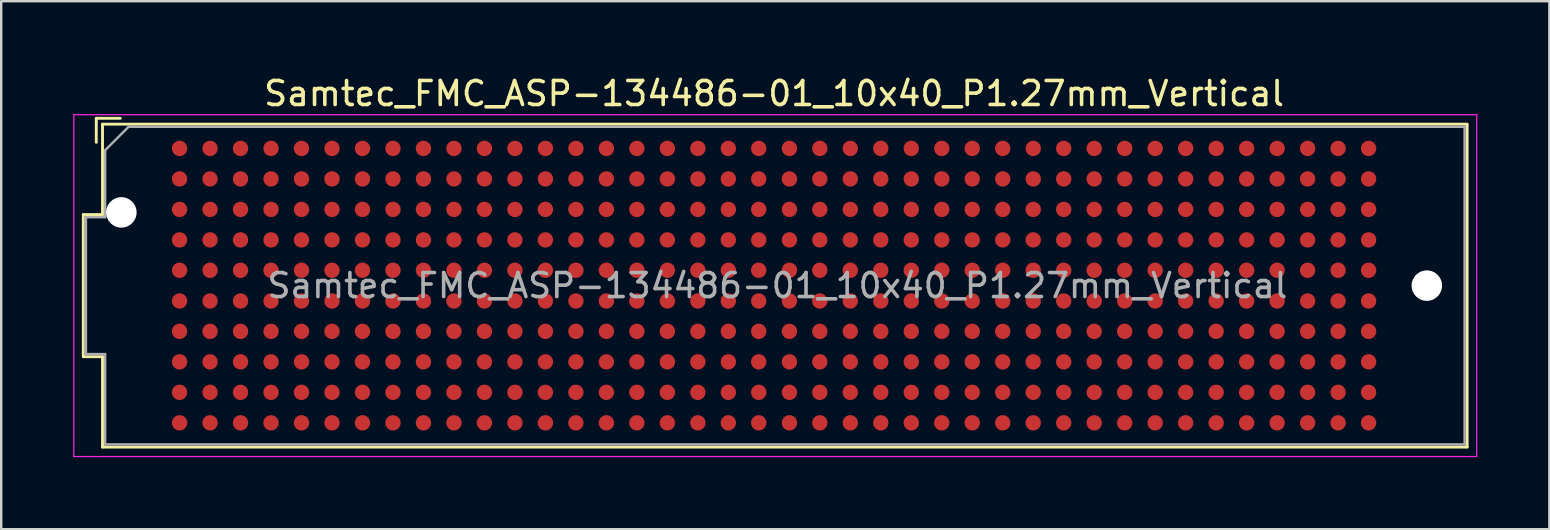
<source format=kicad_pcb>
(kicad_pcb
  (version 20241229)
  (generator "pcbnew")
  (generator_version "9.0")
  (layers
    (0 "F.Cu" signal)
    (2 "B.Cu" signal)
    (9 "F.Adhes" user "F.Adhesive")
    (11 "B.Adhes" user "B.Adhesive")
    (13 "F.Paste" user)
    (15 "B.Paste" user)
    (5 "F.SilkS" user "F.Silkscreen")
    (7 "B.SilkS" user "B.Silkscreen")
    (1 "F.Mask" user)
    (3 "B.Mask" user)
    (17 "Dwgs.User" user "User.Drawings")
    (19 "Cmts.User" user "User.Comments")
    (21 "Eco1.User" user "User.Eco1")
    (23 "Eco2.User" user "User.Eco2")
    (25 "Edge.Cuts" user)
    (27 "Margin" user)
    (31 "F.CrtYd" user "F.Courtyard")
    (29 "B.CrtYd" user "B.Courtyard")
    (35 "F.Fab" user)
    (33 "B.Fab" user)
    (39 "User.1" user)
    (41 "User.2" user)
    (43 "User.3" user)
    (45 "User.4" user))
  (footprint "Samtec_FMC_ASP-134486-01_10x40_P1.27mm_Vertical"
    (layer "F.Cu")
    (at 29.195 8.848)
    (property "Reference" "Samtec_FMC_ASP-134486-01_10x40_P1.27mm_Vertical" (at 0 -8 0) (layer "F.SilkS") (effects (font (size 1 1) (thickness 0.15))))
    (attr smd)
    (fp_line (start -28.775 -2.96) (end -27.975 -2.96) (stroke (width 0.12) (type solid)) (layer "F.SilkS"))
    (fp_line (start -28.775 2.96) (end -28.775 -2.96) (stroke (width 0.12) (type solid)) (layer "F.SilkS"))
    (fp_line (start -28.235 -6.97) (end -28.235 -5.97) (stroke (width 0.12) (type solid)) (layer "F.SilkS"))
    (fp_line (start -27.975 -6.725) (end 28.865 -6.725) (stroke (width 0.12) (type solid)) (layer "F.SilkS"))
    (fp_line (start -27.975 -2.96) (end -27.975 -6.725) (stroke (width 0.12) (type solid)) (layer "F.SilkS"))
    (fp_line (start -27.975 2.96) (end -28.775 2.96) (stroke (width 0.12) (type solid)) (layer "F.SilkS"))
    (fp_line (start -27.975 6.725) (end -27.975 2.96) (stroke (width 0.12) (type solid)) (layer "F.SilkS"))
    (fp_line (start -27.235 -6.97) (end -28.235 -6.97) (stroke (width 0.12) (type solid)) (layer "F.SilkS"))
    (fp_line (start 28.87 -6.72) (end 28.87 6.72) (stroke (width 0.12) (type solid)) (layer "F.SilkS"))
    (fp_line (start 28.87 6.725) (end -27.975 6.725) (stroke (width 0.12) (type solid)) (layer "F.SilkS"))
    (fp_line (start -29.17 -7.12) (end -29.17 7.12) (stroke (width 0.05) (type solid)) (layer "F.CrtYd"))
    (fp_line (start -29.17 -7.12) (end 29.27 -7.12) (stroke (width 0.05) (type solid)) (layer "F.CrtYd"))
    (fp_line (start -29.17 7.12) (end 29.27 7.12) (stroke (width 0.05) (type solid)) (layer "F.CrtYd"))
    (fp_line (start 29.27 -7.12) (end 29.27 7.12) (stroke (width 0.05) (type solid)) (layer "F.CrtYd"))
    (fp_line (start -28.665 -2.85) (end -28.665 2.85) (stroke (width 0.1) (type solid)) (layer "F.Fab"))
    (fp_line (start -27.865 -2.85) (end -28.665 -2.85) (stroke (width 0.1) (type solid)) (layer "F.Fab"))
    (fp_line (start -27.865 -2.85) (end -27.865 -5.63) (stroke (width 0.1) (type solid)) (layer "F.Fab"))
    (fp_line (start -27.865 2.85) (end -28.665 2.85) (stroke (width 0.1) (type solid)) (layer "F.Fab"))
    (fp_line (start -27.865 2.85) (end -27.865 6.615) (stroke (width 0.1) (type solid)) (layer "F.Fab"))
    (fp_line (start -26.885 -6.62) (end -27.865 -5.64) (stroke (width 0.1) (type solid)) (layer "F.Fab"))
    (fp_line (start 28.765 -6.615) (end -26.885 -6.615) (stroke (width 0.1) (type solid)) (layer "F.Fab"))
    (fp_line (start 28.765 -6.615) (end 28.765 6.615) (stroke (width 0.1) (type solid)) (layer "F.Fab"))
    (fp_line (start 28.765 6.615) (end -27.865 6.615) (stroke (width 0.1) (type solid)) (layer "F.Fab"))
    (fp_text user "${REFERENCE}" (at 0.14 0 0) (layer "F.Fab") (effects (font (size 1 1) (thickness 0.15))))
    (pad "" np_thru_hole circle (at -27.19 -3.05) (size 1.27 1.27) (drill 1.27) (layers "*.Cu" "*.Mask"))
    (pad "" np_thru_hole circle (at 27.191 0) (size 1.27 1.27) (drill 1.27) (layers "*.Cu" "*.Mask"))
    (pad "A1" smd circle (at -24.765 -5.715) (size 0.64 0.64) (layers "F.Cu" "F.Mask" "F.Paste"))
    (pad "A2" smd circle (at -23.495 -5.715) (size 0.64 0.64) (layers "F.Cu" "F.Mask" "F.Paste"))
    (pad "A3" smd circle (at -22.225 -5.715) (size 0.64 0.64) (layers "F.Cu" "F.Mask" "F.Paste"))
    (pad "A4" smd circle (at -20.955 -5.715) (size 0.64 0.64) (layers "F.Cu" "F.Mask" "F.Paste"))
    (pad "A5" smd circle (at -19.685 -5.715) (size 0.64 0.64) (layers "F.Cu" "F.Mask" "F.Paste"))
    (pad "A6" smd circle (at -18.415 -5.715) (size 0.64 0.64) (layers "F.Cu" "F.Mask" "F.Paste"))
    (pad "A7" smd circle (at -17.145 -5.715) (size 0.64 0.64) (layers "F.Cu" "F.Mask" "F.Paste"))
    (pad "A8" smd circle (at -15.875 -5.715) (size 0.64 0.64) (layers "F.Cu" "F.Mask" "F.Paste"))
    (pad "A9" smd circle (at -14.605 -5.715) (size 0.64 0.64) (layers "F.Cu" "F.Mask" "F.Paste"))
    (pad "A10" smd circle (at -13.335 -5.715) (size 0.64 0.64) (layers "F.Cu" "F.Mask" "F.Paste"))
    (pad "A11" smd circle (at -12.065 -5.715) (size 0.64 0.64) (layers "F.Cu" "F.Mask" "F.Paste"))
    (pad "A12" smd circle (at -10.795 -5.715) (size 0.64 0.64) (layers "F.Cu" "F.Mask" "F.Paste"))
    (pad "A13" smd circle (at -9.525 -5.715) (size 0.64 0.64) (layers "F.Cu" "F.Mask" "F.Paste"))
    (pad "A14" smd circle (at -8.255 -5.715) (size 0.64 0.64) (layers "F.Cu" "F.Mask" "F.Paste"))
    (pad "A15" smd circle (at -6.985 -5.715) (size 0.64 0.64) (layers "F.Cu" "F.Mask" "F.Paste"))
    (pad "A16" smd circle (at -5.715 -5.715) (size 0.64 0.64) (layers "F.Cu" "F.Mask" "F.Paste"))
    (pad "A17" smd circle (at -4.445 -5.715) (size 0.64 0.64) (layers "F.Cu" "F.Mask" "F.Paste"))
    (pad "A18" smd circle (at -3.175 -5.715) (size 0.64 0.64) (layers "F.Cu" "F.Mask" "F.Paste"))
    (pad "A19" smd circle (at -1.905 -5.715) (size 0.64 0.64) (layers "F.Cu" "F.Mask" "F.Paste"))
    (pad "A20" smd circle (at -0.64 -5.715) (size 0.64 0.64) (layers "F.Cu" "F.Mask" "F.Paste"))
    (pad "A21" smd circle (at 0.64 -5.715) (size 0.64 0.64) (layers "F.Cu" "F.Mask" "F.Paste"))
    (pad "A22" smd circle (at 1.905 -5.715) (size 0.64 0.64) (layers "F.Cu" "F.Mask" "F.Paste"))
    (pad "A23" smd circle (at 3.175 -5.715) (size 0.64 0.64) (layers "F.Cu" "F.Mask" "F.Paste"))
    (pad "A24" smd circle (at 4.445 -5.715) (size 0.64 0.64) (layers "F.Cu" "F.Mask" "F.Paste"))
    (pad "A25" smd circle (at 5.715 -5.715) (size 0.64 0.64) (layers "F.Cu" "F.Mask" "F.Paste"))
    (pad "A26" smd circle (at 6.985 -5.715) (size 0.64 0.64) (layers "F.Cu" "F.Mask" "F.Paste"))
    (pad "A27" smd circle (at 8.255 -5.715) (size 0.64 0.64) (layers "F.Cu" "F.Mask" "F.Paste"))
    (pad "A28" smd circle (at 9.525 -5.715) (size 0.64 0.64) (layers "F.Cu" "F.Mask" "F.Paste"))
    (pad "A29" smd circle (at 10.795 -5.715) (size 0.64 0.64) (layers "F.Cu" "F.Mask" "F.Paste"))
    (pad "A30" smd circle (at 12.065 -5.715) (size 0.64 0.64) (layers "F.Cu" "F.Mask" "F.Paste"))
    (pad "A31" smd circle (at 13.335 -5.715) (size 0.64 0.64) (layers "F.Cu" "F.Mask" "F.Paste"))
    (pad "A32" smd circle (at 14.605 -5.715) (size 0.64 0.64) (layers "F.Cu" "F.Mask" "F.Paste"))
    (pad "A33" smd circle (at 15.875 -5.715) (size 0.64 0.64) (layers "F.Cu" "F.Mask" "F.Paste"))
    (pad "A34" smd circle (at 17.145 -5.715) (size 0.64 0.64) (layers "F.Cu" "F.Mask" "F.Paste"))
    (pad "A35" smd circle (at 18.415 -5.715) (size 0.64 0.64) (layers "F.Cu" "F.Mask" "F.Paste"))
    (pad "A36" smd circle (at 19.685 -5.715) (size 0.64 0.64) (layers "F.Cu" "F.Mask" "F.Paste"))
    (pad "A37" smd circle (at 20.955 -5.715) (size 0.64 0.64) (layers "F.Cu" "F.Mask" "F.Paste"))
    (pad "A38" smd circle (at 22.225 -5.715) (size 0.64 0.64) (layers "F.Cu" "F.Mask" "F.Paste"))
    (pad "A39" smd circle (at 23.495 -5.715) (size 0.64 0.64) (layers "F.Cu" "F.Mask" "F.Paste"))
    (pad "A40" smd circle (at 24.765 -5.715) (size 0.64 0.64) (layers "F.Cu" "F.Mask" "F.Paste"))
    (pad "B1" smd circle (at -24.765 -4.445) (size 0.64 0.64) (layers "F.Cu" "F.Mask" "F.Paste"))
    (pad "B2" smd circle (at -23.495 -4.445) (size 0.64 0.64) (layers "F.Cu" "F.Mask" "F.Paste"))
    (pad "B3" smd circle (at -22.225 -4.445) (size 0.64 0.64) (layers "F.Cu" "F.Mask" "F.Paste"))
    (pad "B4" smd circle (at -20.955 -4.445) (size 0.64 0.64) (layers "F.Cu" "F.Mask" "F.Paste"))
    (pad "B5" smd circle (at -19.685 -4.445) (size 0.64 0.64) (layers "F.Cu" "F.Mask" "F.Paste"))
    (pad "B6" smd circle (at -18.415 -4.445) (size 0.64 0.64) (layers "F.Cu" "F.Mask" "F.Paste"))
    (pad "B7" smd circle (at -17.145 -4.445) (size 0.64 0.64) (layers "F.Cu" "F.Mask" "F.Paste"))
    (pad "B8" smd circle (at -15.875 -4.445) (size 0.64 0.64) (layers "F.Cu" "F.Mask" "F.Paste"))
    (pad "B9" smd circle (at -14.605 -4.445) (size 0.64 0.64) (layers "F.Cu" "F.Mask" "F.Paste"))
    (pad "B10" smd circle (at -13.335 -4.445) (size 0.64 0.64) (layers "F.Cu" "F.Mask" "F.Paste"))
    (pad "B11" smd circle (at -12.065 -4.445) (size 0.64 0.64) (layers "F.Cu" "F.Mask" "F.Paste"))
    (pad "B12" smd circle (at -10.795 -4.445) (size 0.64 0.64) (layers "F.Cu" "F.Mask" "F.Paste"))
    (pad "B13" smd circle (at -9.525 -4.445) (size 0.64 0.64) (layers "F.Cu" "F.Mask" "F.Paste"))
    (pad "B14" smd circle (at -8.255 -4.445) (size 0.64 0.64) (layers "F.Cu" "F.Mask" "F.Paste"))
    (pad "B15" smd circle (at -6.985 -4.445) (size 0.64 0.64) (layers "F.Cu" "F.Mask" "F.Paste"))
    (pad "B16" smd circle (at -5.715 -4.445) (size 0.64 0.64) (layers "F.Cu" "F.Mask" "F.Paste"))
    (pad "B17" smd circle (at -4.445 -4.445) (size 0.64 0.64) (layers "F.Cu" "F.Mask" "F.Paste"))
    (pad "B18" smd circle (at -3.175 -4.445) (size 0.64 0.64) (layers "F.Cu" "F.Mask" "F.Paste"))
    (pad "B19" smd circle (at -1.905 -4.445) (size 0.64 0.64) (layers "F.Cu" "F.Mask" "F.Paste"))
    (pad "B20" smd circle (at -0.64 -4.445) (size 0.64 0.64) (layers "F.Cu" "F.Mask" "F.Paste"))
    (pad "B21" smd circle (at 0.64 -4.445) (size 0.64 0.64) (layers "F.Cu" "F.Mask" "F.Paste"))
    (pad "B22" smd circle (at 1.905 -4.445) (size 0.64 0.64) (layers "F.Cu" "F.Mask" "F.Paste"))
    (pad "B23" smd circle (at 3.175 -4.445) (size 0.64 0.64) (layers "F.Cu" "F.Mask" "F.Paste"))
    (pad "B24" smd circle (at 4.445 -4.445) (size 0.64 0.64) (layers "F.Cu" "F.Mask" "F.Paste"))
    (pad "B25" smd circle (at 5.715 -4.445) (size 0.64 0.64) (layers "F.Cu" "F.Mask" "F.Paste"))
    (pad "B26" smd circle (at 6.985 -4.445) (size 0.64 0.64) (layers "F.Cu" "F.Mask" "F.Paste"))
    (pad "B27" smd circle (at 8.255 -4.445) (size 0.64 0.64) (layers "F.Cu" "F.Mask" "F.Paste"))
    (pad "B28" smd circle (at 9.525 -4.445) (size 0.64 0.64) (layers "F.Cu" "F.Mask" "F.Paste"))
    (pad "B29" smd circle (at 10.795 -4.445) (size 0.64 0.64) (layers "F.Cu" "F.Mask" "F.Paste"))
    (pad "B30" smd circle (at 12.065 -4.445) (size 0.64 0.64) (layers "F.Cu" "F.Mask" "F.Paste"))
    (pad "B31" smd circle (at 13.335 -4.445) (size 0.64 0.64) (layers "F.Cu" "F.Mask" "F.Paste"))
    (pad "B32" smd circle (at 14.605 -4.445) (size 0.64 0.64) (layers "F.Cu" "F.Mask" "F.Paste"))
    (pad "B33" smd circle (at 15.875 -4.445) (size 0.64 0.64) (layers "F.Cu" "F.Mask" "F.Paste"))
    (pad "B34" smd circle (at 17.145 -4.445) (size 0.64 0.64) (layers "F.Cu" "F.Mask" "F.Paste"))
    (pad "B35" smd circle (at 18.415 -4.445) (size 0.64 0.64) (layers "F.Cu" "F.Mask" "F.Paste"))
    (pad "B36" smd circle (at 19.685 -4.445) (size 0.64 0.64) (layers "F.Cu" "F.Mask" "F.Paste"))
    (pad "B37" smd circle (at 20.955 -4.445) (size 0.64 0.64) (layers "F.Cu" "F.Mask" "F.Paste"))
    (pad "B38" smd circle (at 22.225 -4.445) (size 0.64 0.64) (layers "F.Cu" "F.Mask" "F.Paste"))
    (pad "B39" smd circle (at 23.495 -4.445) (size 0.64 0.64) (layers "F.Cu" "F.Mask" "F.Paste"))
    (pad "B40" smd circle (at 24.765 -4.445) (size 0.64 0.64) (layers "F.Cu" "F.Mask" "F.Paste"))
    (pad "C1" smd circle (at -24.765 -3.175) (size 0.64 0.64) (layers "F.Cu" "F.Mask" "F.Paste"))
    (pad "C2" smd circle (at -23.495 -3.175) (size 0.64 0.64) (layers "F.Cu" "F.Mask" "F.Paste"))
    (pad "C3" smd circle (at -22.225 -3.175) (size 0.64 0.64) (layers "F.Cu" "F.Mask" "F.Paste"))
    (pad "C4" smd circle (at -20.955 -3.175) (size 0.64 0.64) (layers "F.Cu" "F.Mask" "F.Paste"))
    (pad "C5" smd circle (at -19.685 -3.175) (size 0.64 0.64) (layers "F.Cu" "F.Mask" "F.Paste"))
    (pad "C6" smd circle (at -18.415 -3.175) (size 0.64 0.64) (layers "F.Cu" "F.Mask" "F.Paste"))
    (pad "C7" smd circle (at -17.145 -3.175) (size 0.64 0.64) (layers "F.Cu" "F.Mask" "F.Paste"))
    (pad "C8" smd circle (at -15.875 -3.175) (size 0.64 0.64) (layers "F.Cu" "F.Mask" "F.Paste"))
    (pad "C9" smd circle (at -14.605 -3.175) (size 0.64 0.64) (layers "F.Cu" "F.Mask" "F.Paste"))
    (pad "C10" smd circle (at -13.335 -3.175) (size 0.64 0.64) (layers "F.Cu" "F.Mask" "F.Paste"))
    (pad "C11" smd circle (at -12.065 -3.175) (size 0.64 0.64) (layers "F.Cu" "F.Mask" "F.Paste"))
    (pad "C12" smd circle (at -10.795 -3.175) (size 0.64 0.64) (layers "F.Cu" "F.Mask" "F.Paste"))
    (pad "C13" smd circle (at -9.525 -3.175) (size 0.64 0.64) (layers "F.Cu" "F.Mask" "F.Paste"))
    (pad "C14" smd circle (at -8.255 -3.175) (size 0.64 0.64) (layers "F.Cu" "F.Mask" "F.Paste"))
    (pad "C15" smd circle (at -6.985 -3.175) (size 0.64 0.64) (layers "F.Cu" "F.Mask" "F.Paste"))
    (pad "C16" smd circle (at -5.715 -3.175) (size 0.64 0.64) (layers "F.Cu" "F.Mask" "F.Paste"))
    (pad "C17" smd circle (at -4.445 -3.175) (size 0.64 0.64) (layers "F.Cu" "F.Mask" "F.Paste"))
    (pad "C18" smd circle (at -3.175 -3.175) (size 0.64 0.64) (layers "F.Cu" "F.Mask" "F.Paste"))
    (pad "C19" smd circle (at -1.905 -3.175) (size 0.64 0.64) (layers "F.Cu" "F.Mask" "F.Paste"))
    (pad "C20" smd circle (at -0.64 -3.175) (size 0.64 0.64) (layers "F.Cu" "F.Mask" "F.Paste"))
    (pad "C21" smd circle (at 0.64 -3.175) (size 0.64 0.64) (layers "F.Cu" "F.Mask" "F.Paste"))
    (pad "C22" smd circle (at 1.905 -3.175) (size 0.64 0.64) (layers "F.Cu" "F.Mask" "F.Paste"))
    (pad "C23" smd circle (at 3.175 -3.175) (size 0.64 0.64) (layers "F.Cu" "F.Mask" "F.Paste"))
    (pad "C24" smd circle (at 4.445 -3.175) (size 0.64 0.64) (layers "F.Cu" "F.Mask" "F.Paste"))
    (pad "C25" smd circle (at 5.715 -3.175) (size 0.64 0.64) (layers "F.Cu" "F.Mask" "F.Paste"))
    (pad "C26" smd circle (at 6.985 -3.175) (size 0.64 0.64) (layers "F.Cu" "F.Mask" "F.Paste"))
    (pad "C27" smd circle (at 8.255 -3.175) (size 0.64 0.64) (layers "F.Cu" "F.Mask" "F.Paste"))
    (pad "C28" smd circle (at 9.525 -3.175) (size 0.64 0.64) (layers "F.Cu" "F.Mask" "F.Paste"))
    (pad "C29" smd circle (at 10.795 -3.175) (size 0.64 0.64) (layers "F.Cu" "F.Mask" "F.Paste"))
    (pad "C30" smd circle (at 12.065 -3.175) (size 0.64 0.64) (layers "F.Cu" "F.Mask" "F.Paste"))
    (pad "C31" smd circle (at 13.335 -3.175) (size 0.64 0.64) (layers "F.Cu" "F.Mask" "F.Paste"))
    (pad "C32" smd circle (at 14.605 -3.175) (size 0.64 0.64) (layers "F.Cu" "F.Mask" "F.Paste"))
    (pad "C33" smd circle (at 15.875 -3.175) (size 0.64 0.64) (layers "F.Cu" "F.Mask" "F.Paste"))
    (pad "C34" smd circle (at 17.145 -3.175) (size 0.64 0.64) (layers "F.Cu" "F.Mask" "F.Paste"))
    (pad "C35" smd circle (at 18.415 -3.175) (size 0.64 0.64) (layers "F.Cu" "F.Mask" "F.Paste"))
    (pad "C36" smd circle (at 19.685 -3.175) (size 0.64 0.64) (layers "F.Cu" "F.Mask" "F.Paste"))
    (pad "C37" smd circle (at 20.955 -3.175) (size 0.64 0.64) (layers "F.Cu" "F.Mask" "F.Paste"))
    (pad "C38" smd circle (at 22.225 -3.175) (size 0.64 0.64) (layers "F.Cu" "F.Mask" "F.Paste"))
    (pad "C39" smd circle (at 23.495 -3.175) (size 0.64 0.64) (layers "F.Cu" "F.Mask" "F.Paste"))
    (pad "C40" smd circle (at 24.765 -3.175) (size 0.64 0.64) (layers "F.Cu" "F.Mask" "F.Paste"))
    (pad "D1" smd circle (at -24.765 -1.905) (size 0.64 0.64) (layers "F.Cu" "F.Mask" "F.Paste"))
    (pad "D2" smd circle (at -23.495 -1.905) (size 0.64 0.64) (layers "F.Cu" "F.Mask" "F.Paste"))
    (pad "D3" smd circle (at -22.225 -1.905) (size 0.64 0.64) (layers "F.Cu" "F.Mask" "F.Paste"))
    (pad "D4" smd circle (at -20.955 -1.905) (size 0.64 0.64) (layers "F.Cu" "F.Mask" "F.Paste"))
    (pad "D5" smd circle (at -19.685 -1.905) (size 0.64 0.64) (layers "F.Cu" "F.Mask" "F.Paste"))
    (pad "D6" smd circle (at -18.415 -1.905) (size 0.64 0.64) (layers "F.Cu" "F.Mask" "F.Paste"))
    (pad "D7" smd circle (at -17.145 -1.905) (size 0.64 0.64) (layers "F.Cu" "F.Mask" "F.Paste"))
    (pad "D8" smd circle (at -15.875 -1.905) (size 0.64 0.64) (layers "F.Cu" "F.Mask" "F.Paste"))
    (pad "D9" smd circle (at -14.605 -1.905) (size 0.64 0.64) (layers "F.Cu" "F.Mask" "F.Paste"))
    (pad "D10" smd circle (at -13.335 -1.905) (size 0.64 0.64) (layers "F.Cu" "F.Mask" "F.Paste"))
    (pad "D11" smd circle (at -12.065 -1.905) (size 0.64 0.64) (layers "F.Cu" "F.Mask" "F.Paste"))
    (pad "D12" smd circle (at -10.795 -1.905) (size 0.64 0.64) (layers "F.Cu" "F.Mask" "F.Paste"))
    (pad "D13" smd circle (at -9.525 -1.905) (size 0.64 0.64) (layers "F.Cu" "F.Mask" "F.Paste"))
    (pad "D14" smd circle (at -8.255 -1.905) (size 0.64 0.64) (layers "F.Cu" "F.Mask" "F.Paste"))
    (pad "D15" smd circle (at -6.985 -1.905) (size 0.64 0.64) (layers "F.Cu" "F.Mask" "F.Paste"))
    (pad "D16" smd circle (at -5.715 -1.905) (size 0.64 0.64) (layers "F.Cu" "F.Mask" "F.Paste"))
    (pad "D17" smd circle (at -4.445 -1.905) (size 0.64 0.64) (layers "F.Cu" "F.Mask" "F.Paste"))
    (pad "D18" smd circle (at -3.175 -1.905) (size 0.64 0.64) (layers "F.Cu" "F.Mask" "F.Paste"))
    (pad "D19" smd circle (at -1.905 -1.905) (size 0.64 0.64) (layers "F.Cu" "F.Mask" "F.Paste"))
    (pad "D20" smd circle (at -0.64 -1.905) (size 0.64 0.64) (layers "F.Cu" "F.Mask" "F.Paste"))
    (pad "D21" smd circle (at 0.64 -1.905) (size 0.64 0.64) (layers "F.Cu" "F.Mask" "F.Paste"))
    (pad "D22" smd circle (at 1.905 -1.905) (size 0.64 0.64) (layers "F.Cu" "F.Mask" "F.Paste"))
    (pad "D23" smd circle (at 3.175 -1.905) (size 0.64 0.64) (layers "F.Cu" "F.Mask" "F.Paste"))
    (pad "D24" smd circle (at 4.445 -1.905) (size 0.64 0.64) (layers "F.Cu" "F.Mask" "F.Paste"))
    (pad "D25" smd circle (at 5.715 -1.905) (size 0.64 0.64) (layers "F.Cu" "F.Mask" "F.Paste"))
    (pad "D26" smd circle (at 6.985 -1.905) (size 0.64 0.64) (layers "F.Cu" "F.Mask" "F.Paste"))
    (pad "D27" smd circle (at 8.255 -1.905) (size 0.64 0.64) (layers "F.Cu" "F.Mask" "F.Paste"))
    (pad "D28" smd circle (at 9.525 -1.905) (size 0.64 0.64) (layers "F.Cu" "F.Mask" "F.Paste"))
    (pad "D29" smd circle (at 10.795 -1.905) (size 0.64 0.64) (layers "F.Cu" "F.Mask" "F.Paste"))
    (pad "D30" smd circle (at 12.065 -1.905) (size 0.64 0.64) (layers "F.Cu" "F.Mask" "F.Paste"))
    (pad "D31" smd circle (at 13.335 -1.905) (size 0.64 0.64) (layers "F.Cu" "F.Mask" "F.Paste"))
    (pad "D32" smd circle (at 14.605 -1.905) (size 0.64 0.64) (layers "F.Cu" "F.Mask" "F.Paste"))
    (pad "D33" smd circle (at 15.875 -1.905) (size 0.64 0.64) (layers "F.Cu" "F.Mask" "F.Paste"))
    (pad "D34" smd circle (at 17.145 -1.905) (size 0.64 0.64) (layers "F.Cu" "F.Mask" "F.Paste"))
    (pad "D35" smd circle (at 18.415 -1.905) (size 0.64 0.64) (layers "F.Cu" "F.Mask" "F.Paste"))
    (pad "D36" smd circle (at 19.685 -1.905) (size 0.64 0.64) (layers "F.Cu" "F.Mask" "F.Paste"))
    (pad "D37" smd circle (at 20.955 -1.905) (size 0.64 0.64) (layers "F.Cu" "F.Mask" "F.Paste"))
    (pad "D38" smd circle (at 22.225 -1.905) (size 0.64 0.64) (layers "F.Cu" "F.Mask" "F.Paste"))
    (pad "D39" smd circle (at 23.495 -1.905) (size 0.64 0.64) (layers "F.Cu" "F.Mask" "F.Paste"))
    (pad "D40" smd circle (at 24.765 -1.905) (size 0.64 0.64) (layers "F.Cu" "F.Mask" "F.Paste"))
    (pad "E1" smd circle (at -24.765 -0.64) (size 0.64 0.64) (layers "F.Cu" "F.Mask" "F.Paste"))
    (pad "E2" smd circle (at -23.495 -0.64) (size 0.64 0.64) (layers "F.Cu" "F.Mask" "F.Paste"))
    (pad "E3" smd circle (at -22.225 -0.64) (size 0.64 0.64) (layers "F.Cu" "F.Mask" "F.Paste"))
    (pad "E4" smd circle (at -20.955 -0.64) (size 0.64 0.64) (layers "F.Cu" "F.Mask" "F.Paste"))
    (pad "E5" smd circle (at -19.685 -0.64) (size 0.64 0.64) (layers "F.Cu" "F.Mask" "F.Paste"))
    (pad "E6" smd circle (at -18.415 -0.64) (size 0.64 0.64) (layers "F.Cu" "F.Mask" "F.Paste"))
    (pad "E7" smd circle (at -17.145 -0.64) (size 0.64 0.64) (layers "F.Cu" "F.Mask" "F.Paste"))
    (pad "E8" smd circle (at -15.875 -0.64) (size 0.64 0.64) (layers "F.Cu" "F.Mask" "F.Paste"))
    (pad "E9" smd circle (at -14.605 -0.64) (size 0.64 0.64) (layers "F.Cu" "F.Mask" "F.Paste"))
    (pad "E10" smd circle (at -13.335 -0.64) (size 0.64 0.64) (layers "F.Cu" "F.Mask" "F.Paste"))
    (pad "E11" smd circle (at -12.065 -0.64) (size 0.64 0.64) (layers "F.Cu" "F.Mask" "F.Paste"))
    (pad "E12" smd circle (at -10.795 -0.64) (size 0.64 0.64) (layers "F.Cu" "F.Mask" "F.Paste"))
    (pad "E13" smd circle (at -9.525 -0.64) (size 0.64 0.64) (layers "F.Cu" "F.Mask" "F.Paste"))
    (pad "E14" smd circle (at -8.255 -0.64) (size 0.64 0.64) (layers "F.Cu" "F.Mask" "F.Paste"))
    (pad "E15" smd circle (at -6.985 -0.64) (size 0.64 0.64) (layers "F.Cu" "F.Mask" "F.Paste"))
    (pad "E16" smd circle (at -5.715 -0.64) (size 0.64 0.64) (layers "F.Cu" "F.Mask" "F.Paste"))
    (pad "E17" smd circle (at -4.445 -0.64) (size 0.64 0.64) (layers "F.Cu" "F.Mask" "F.Paste"))
    (pad "E18" smd circle (at -3.175 -0.64) (size 0.64 0.64) (layers "F.Cu" "F.Mask" "F.Paste"))
    (pad "E19" smd circle (at -1.905 -0.64) (size 0.64 0.64) (layers "F.Cu" "F.Mask" "F.Paste"))
    (pad "E20" smd circle (at -0.64 -0.64) (size 0.64 0.64) (layers "F.Cu" "F.Mask" "F.Paste"))
    (pad "E21" smd circle (at 0.64 -0.64) (size 0.64 0.64) (layers "F.Cu" "F.Mask" "F.Paste"))
    (pad "E22" smd circle (at 1.905 -0.64) (size 0.64 0.64) (layers "F.Cu" "F.Mask" "F.Paste"))
    (pad "E23" smd circle (at 3.175 -0.64) (size 0.64 0.64) (layers "F.Cu" "F.Mask" "F.Paste"))
    (pad "E24" smd circle (at 4.445 -0.64) (size 0.64 0.64) (layers "F.Cu" "F.Mask" "F.Paste"))
    (pad "E25" smd circle (at 5.715 -0.64) (size 0.64 0.64) (layers "F.Cu" "F.Mask" "F.Paste"))
    (pad "E26" smd circle (at 6.985 -0.64) (size 0.64 0.64) (layers "F.Cu" "F.Mask" "F.Paste"))
    (pad "E27" smd circle (at 8.255 -0.64) (size 0.64 0.64) (layers "F.Cu" "F.Mask" "F.Paste"))
    (pad "E28" smd circle (at 9.525 -0.64) (size 0.64 0.64) (layers "F.Cu" "F.Mask" "F.Paste"))
    (pad "E29" smd circle (at 10.795 -0.64) (size 0.64 0.64) (layers "F.Cu" "F.Mask" "F.Paste"))
    (pad "E30" smd circle (at 12.065 -0.64) (size 0.64 0.64) (layers "F.Cu" "F.Mask" "F.Paste"))
    (pad "E31" smd circle (at 13.335 -0.64) (size 0.64 0.64) (layers "F.Cu" "F.Mask" "F.Paste"))
    (pad "E32" smd circle (at 14.605 -0.64) (size 0.64 0.64) (layers "F.Cu" "F.Mask" "F.Paste"))
    (pad "E33" smd circle (at 15.875 -0.64) (size 0.64 0.64) (layers "F.Cu" "F.Mask" "F.Paste"))
    (pad "E34" smd circle (at 17.145 -0.64) (size 0.64 0.64) (layers "F.Cu" "F.Mask" "F.Paste"))
    (pad "E35" smd circle (at 18.415 -0.64) (size 0.64 0.64) (layers "F.Cu" "F.Mask" "F.Paste"))
    (pad "E36" smd circle (at 19.685 -0.64) (size 0.64 0.64) (layers "F.Cu" "F.Mask" "F.Paste"))
    (pad "E37" smd circle (at 20.955 -0.64) (size 0.64 0.64) (layers "F.Cu" "F.Mask" "F.Paste"))
    (pad "E38" smd circle (at 22.225 -0.64) (size 0.64 0.64) (layers "F.Cu" "F.Mask" "F.Paste"))
    (pad "E39" smd circle (at 23.495 -0.64) (size 0.64 0.64) (layers "F.Cu" "F.Mask" "F.Paste"))
    (pad "E40" smd circle (at 24.765 -0.64) (size 0.64 0.64) (layers "F.Cu" "F.Mask" "F.Paste"))
    (pad "F1" smd circle (at -24.765 0.64) (size 0.64 0.64) (layers "F.Cu" "F.Mask" "F.Paste"))
    (pad "F2" smd circle (at -23.495 0.64) (size 0.64 0.64) (layers "F.Cu" "F.Mask" "F.Paste"))
    (pad "F3" smd circle (at -22.225 0.64) (size 0.64 0.64) (layers "F.Cu" "F.Mask" "F.Paste"))
    (pad "F4" smd circle (at -20.955 0.64) (size 0.64 0.64) (layers "F.Cu" "F.Mask" "F.Paste"))
    (pad "F5" smd circle (at -19.685 0.64) (size 0.64 0.64) (layers "F.Cu" "F.Mask" "F.Paste"))
    (pad "F6" smd circle (at -18.415 0.64) (size 0.64 0.64) (layers "F.Cu" "F.Mask" "F.Paste"))
    (pad "F7" smd circle (at -17.145 0.64) (size 0.64 0.64) (layers "F.Cu" "F.Mask" "F.Paste"))
    (pad "F8" smd circle (at -15.875 0.64) (size 0.64 0.64) (layers "F.Cu" "F.Mask" "F.Paste"))
    (pad "F9" smd circle (at -14.605 0.64) (size 0.64 0.64) (layers "F.Cu" "F.Mask" "F.Paste"))
    (pad "F10" smd circle (at -13.335 0.64) (size 0.64 0.64) (layers "F.Cu" "F.Mask" "F.Paste"))
    (pad "F11" smd circle (at -12.065 0.64) (size 0.64 0.64) (layers "F.Cu" "F.Mask" "F.Paste"))
    (pad "F12" smd circle (at -10.795 0.64) (size 0.64 0.64) (layers "F.Cu" "F.Mask" "F.Paste"))
    (pad "F13" smd circle (at -9.525 0.64) (size 0.64 0.64) (layers "F.Cu" "F.Mask" "F.Paste"))
    (pad "F14" smd circle (at -8.255 0.64) (size 0.64 0.64) (layers "F.Cu" "F.Mask" "F.Paste"))
    (pad "F15" smd circle (at -6.985 0.64) (size 0.64 0.64) (layers "F.Cu" "F.Mask" "F.Paste"))
    (pad "F16" smd circle (at -5.715 0.64) (size 0.64 0.64) (layers "F.Cu" "F.Mask" "F.Paste"))
    (pad "F17" smd circle (at -4.445 0.64) (size 0.64 0.64) (layers "F.Cu" "F.Mask" "F.Paste"))
    (pad "F18" smd circle (at -3.175 0.64) (size 0.64 0.64) (layers "F.Cu" "F.Mask" "F.Paste"))
    (pad "F19" smd circle (at -1.905 0.64) (size 0.64 0.64) (layers "F.Cu" "F.Mask" "F.Paste"))
    (pad "F20" smd circle (at -0.64 0.64) (size 0.64 0.64) (layers "F.Cu" "F.Mask" "F.Paste"))
    (pad "F21" smd circle (at 0.64 0.64) (size 0.64 0.64) (layers "F.Cu" "F.Mask" "F.Paste"))
    (pad "F22" smd circle (at 1.905 0.64) (size 0.64 0.64) (layers "F.Cu" "F.Mask" "F.Paste"))
    (pad "F23" smd circle (at 3.175 0.64) (size 0.64 0.64) (layers "F.Cu" "F.Mask" "F.Paste"))
    (pad "F24" smd circle (at 4.445 0.64) (size 0.64 0.64) (layers "F.Cu" "F.Mask" "F.Paste"))
    (pad "F25" smd circle (at 5.715 0.64) (size 0.64 0.64) (layers "F.Cu" "F.Mask" "F.Paste"))
    (pad "F26" smd circle (at 6.985 0.64) (size 0.64 0.64) (layers "F.Cu" "F.Mask" "F.Paste"))
    (pad "F27" smd circle (at 8.255 0.64) (size 0.64 0.64) (layers "F.Cu" "F.Mask" "F.Paste"))
    (pad "F28" smd circle (at 9.525 0.64) (size 0.64 0.64) (layers "F.Cu" "F.Mask" "F.Paste"))
    (pad "F29" smd circle (at 10.795 0.64) (size 0.64 0.64) (layers "F.Cu" "F.Mask" "F.Paste"))
    (pad "F30" smd circle (at 12.065 0.64) (size 0.64 0.64) (layers "F.Cu" "F.Mask" "F.Paste"))
    (pad "F31" smd circle (at 13.335 0.64) (size 0.64 0.64) (layers "F.Cu" "F.Mask" "F.Paste"))
    (pad "F32" smd circle (at 14.605 0.64) (size 0.64 0.64) (layers "F.Cu" "F.Mask" "F.Paste"))
    (pad "F33" smd circle (at 15.875 0.64) (size 0.64 0.64) (layers "F.Cu" "F.Mask" "F.Paste"))
    (pad "F34" smd circle (at 17.145 0.64) (size 0.64 0.64) (layers "F.Cu" "F.Mask" "F.Paste"))
    (pad "F35" smd circle (at 18.415 0.64) (size 0.64 0.64) (layers "F.Cu" "F.Mask" "F.Paste"))
    (pad "F36" smd circle (at 19.685 0.64) (size 0.64 0.64) (layers "F.Cu" "F.Mask" "F.Paste"))
    (pad "F37" smd circle (at 20.955 0.64) (size 0.64 0.64) (layers "F.Cu" "F.Mask" "F.Paste"))
    (pad "F38" smd circle (at 22.225 0.64) (size 0.64 0.64) (layers "F.Cu" "F.Mask" "F.Paste"))
    (pad "F39" smd circle (at 23.495 0.64) (size 0.64 0.64) (layers "F.Cu" "F.Mask" "F.Paste"))
    (pad "F40" smd circle (at 24.765 0.64) (size 0.64 0.64) (layers "F.Cu" "F.Mask" "F.Paste"))
    (pad "G1" smd circle (at -24.765 1.905) (size 0.64 0.64) (layers "F.Cu" "F.Mask" "F.Paste"))
    (pad "G2" smd circle (at -23.495 1.905) (size 0.64 0.64) (layers "F.Cu" "F.Mask" "F.Paste"))
    (pad "G3" smd circle (at -22.225 1.905) (size 0.64 0.64) (layers "F.Cu" "F.Mask" "F.Paste"))
    (pad "G4" smd circle (at -20.955 1.905) (size 0.64 0.64) (layers "F.Cu" "F.Mask" "F.Paste"))
    (pad "G5" smd circle (at -19.685 1.905) (size 0.64 0.64) (layers "F.Cu" "F.Mask" "F.Paste"))
    (pad "G6" smd circle (at -18.415 1.905) (size 0.64 0.64) (layers "F.Cu" "F.Mask" "F.Paste"))
    (pad "G7" smd circle (at -17.145 1.905) (size 0.64 0.64) (layers "F.Cu" "F.Mask" "F.Paste"))
    (pad "G8" smd circle (at -15.875 1.905) (size 0.64 0.64) (layers "F.Cu" "F.Mask" "F.Paste"))
    (pad "G9" smd circle (at -14.605 1.905) (size 0.64 0.64) (layers "F.Cu" "F.Mask" "F.Paste"))
    (pad "G10" smd circle (at -13.335 1.905) (size 0.64 0.64) (layers "F.Cu" "F.Mask" "F.Paste"))
    (pad "G11" smd circle (at -12.065 1.905) (size 0.64 0.64) (layers "F.Cu" "F.Mask" "F.Paste"))
    (pad "G12" smd circle (at -10.795 1.905) (size 0.64 0.64) (layers "F.Cu" "F.Mask" "F.Paste"))
    (pad "G13" smd circle (at -9.525 1.905) (size 0.64 0.64) (layers "F.Cu" "F.Mask" "F.Paste"))
    (pad "G14" smd circle (at -8.255 1.905) (size 0.64 0.64) (layers "F.Cu" "F.Mask" "F.Paste"))
    (pad "G15" smd circle (at -6.985 1.905) (size 0.64 0.64) (layers "F.Cu" "F.Mask" "F.Paste"))
    (pad "G16" smd circle (at -5.715 1.905) (size 0.64 0.64) (layers "F.Cu" "F.Mask" "F.Paste"))
    (pad "G17" smd circle (at -4.445 1.905) (size 0.64 0.64) (layers "F.Cu" "F.Mask" "F.Paste"))
    (pad "G18" smd circle (at -3.175 1.905) (size 0.64 0.64) (layers "F.Cu" "F.Mask" "F.Paste"))
    (pad "G19" smd circle (at -1.905 1.905) (size 0.64 0.64) (layers "F.Cu" "F.Mask" "F.Paste"))
    (pad "G20" smd circle (at -0.64 1.905) (size 0.64 0.64) (layers "F.Cu" "F.Mask" "F.Paste"))
    (pad "G21" smd circle (at 0.64 1.905) (size 0.64 0.64) (layers "F.Cu" "F.Mask" "F.Paste"))
    (pad "G22" smd circle (at 1.905 1.905) (size 0.64 0.64) (layers "F.Cu" "F.Mask" "F.Paste"))
    (pad "G23" smd circle (at 3.175 1.905) (size 0.64 0.64) (layers "F.Cu" "F.Mask" "F.Paste"))
    (pad "G24" smd circle (at 4.445 1.905) (size 0.64 0.64) (layers "F.Cu" "F.Mask" "F.Paste"))
    (pad "G25" smd circle (at 5.715 1.905) (size 0.64 0.64) (layers "F.Cu" "F.Mask" "F.Paste"))
    (pad "G26" smd circle (at 6.985 1.905) (size 0.64 0.64) (layers "F.Cu" "F.Mask" "F.Paste"))
    (pad "G27" smd circle (at 8.255 1.905) (size 0.64 0.64) (layers "F.Cu" "F.Mask" "F.Paste"))
    (pad "G28" smd circle (at 9.525 1.905) (size 0.64 0.64) (layers "F.Cu" "F.Mask" "F.Paste"))
    (pad "G29" smd circle (at 10.795 1.905) (size 0.64 0.64) (layers "F.Cu" "F.Mask" "F.Paste"))
    (pad "G30" smd circle (at 12.065 1.905) (size 0.64 0.64) (layers "F.Cu" "F.Mask" "F.Paste"))
    (pad "G31" smd circle (at 13.335 1.905) (size 0.64 0.64) (layers "F.Cu" "F.Mask" "F.Paste"))
    (pad "G32" smd circle (at 14.605 1.905) (size 0.64 0.64) (layers "F.Cu" "F.Mask" "F.Paste"))
    (pad "G33" smd circle (at 15.875 1.905) (size 0.64 0.64) (layers "F.Cu" "F.Mask" "F.Paste"))
    (pad "G34" smd circle (at 17.145 1.905) (size 0.64 0.64) (layers "F.Cu" "F.Mask" "F.Paste"))
    (pad "G35" smd circle (at 18.415 1.905) (size 0.64 0.64) (layers "F.Cu" "F.Mask" "F.Paste"))
    (pad "G36" smd circle (at 19.685 1.905) (size 0.64 0.64) (layers "F.Cu" "F.Mask" "F.Paste"))
    (pad "G37" smd circle (at 20.955 1.905) (size 0.64 0.64) (layers "F.Cu" "F.Mask" "F.Paste"))
    (pad "G38" smd circle (at 22.225 1.905) (size 0.64 0.64) (layers "F.Cu" "F.Mask" "F.Paste"))
    (pad "G39" smd circle (at 23.495 1.905) (size 0.64 0.64) (layers "F.Cu" "F.Mask" "F.Paste"))
    (pad "G40" smd circle (at 24.765 1.905) (size 0.64 0.64) (layers "F.Cu" "F.Mask" "F.Paste"))
    (pad "H1" smd circle (at -24.765 3.175) (size 0.64 0.64) (layers "F.Cu" "F.Mask" "F.Paste"))
    (pad "H2" smd circle (at -23.495 3.175) (size 0.64 0.64) (layers "F.Cu" "F.Mask" "F.Paste"))
    (pad "H3" smd circle (at -22.225 3.175) (size 0.64 0.64) (layers "F.Cu" "F.Mask" "F.Paste"))
    (pad "H4" smd circle (at -20.955 3.175) (size 0.64 0.64) (layers "F.Cu" "F.Mask" "F.Paste"))
    (pad "H5" smd circle (at -19.685 3.175) (size 0.64 0.64) (layers "F.Cu" "F.Mask" "F.Paste"))
    (pad "H6" smd circle (at -18.415 3.175) (size 0.64 0.64) (layers "F.Cu" "F.Mask" "F.Paste"))
    (pad "H7" smd circle (at -17.145 3.175) (size 0.64 0.64) (layers "F.Cu" "F.Mask" "F.Paste"))
    (pad "H8" smd circle (at -15.875 3.175) (size 0.64 0.64) (layers "F.Cu" "F.Mask" "F.Paste"))
    (pad "H9" smd circle (at -14.605 3.175) (size 0.64 0.64) (layers "F.Cu" "F.Mask" "F.Paste"))
    (pad "H10" smd circle (at -13.335 3.175) (size 0.64 0.64) (layers "F.Cu" "F.Mask" "F.Paste"))
    (pad "H11" smd circle (at -12.065 3.175) (size 0.64 0.64) (layers "F.Cu" "F.Mask" "F.Paste"))
    (pad "H12" smd circle (at -10.795 3.175) (size 0.64 0.64) (layers "F.Cu" "F.Mask" "F.Paste"))
    (pad "H13" smd circle (at -9.525 3.175) (size 0.64 0.64) (layers "F.Cu" "F.Mask" "F.Paste"))
    (pad "H14" smd circle (at -8.255 3.175) (size 0.64 0.64) (layers "F.Cu" "F.Mask" "F.Paste"))
    (pad "H15" smd circle (at -6.985 3.175) (size 0.64 0.64) (layers "F.Cu" "F.Mask" "F.Paste"))
    (pad "H16" smd circle (at -5.715 3.175) (size 0.64 0.64) (layers "F.Cu" "F.Mask" "F.Paste"))
    (pad "H17" smd circle (at -4.445 3.175) (size 0.64 0.64) (layers "F.Cu" "F.Mask" "F.Paste"))
    (pad "H18" smd circle (at -3.175 3.175) (size 0.64 0.64) (layers "F.Cu" "F.Mask" "F.Paste"))
    (pad "H19" smd circle (at -1.905 3.175) (size 0.64 0.64) (layers "F.Cu" "F.Mask" "F.Paste"))
    (pad "H20" smd circle (at -0.64 3.175) (size 0.64 0.64) (layers "F.Cu" "F.Mask" "F.Paste"))
    (pad "H21" smd circle (at 0.64 3.175) (size 0.64 0.64) (layers "F.Cu" "F.Mask" "F.Paste"))
    (pad "H22" smd circle (at 1.905 3.175) (size 0.64 0.64) (layers "F.Cu" "F.Mask" "F.Paste"))
    (pad "H23" smd circle (at 3.175 3.175) (size 0.64 0.64) (layers "F.Cu" "F.Mask" "F.Paste"))
    (pad "H24" smd circle (at 4.445 3.175) (size 0.64 0.64) (layers "F.Cu" "F.Mask" "F.Paste"))
    (pad "H25" smd circle (at 5.715 3.175) (size 0.64 0.64) (layers "F.Cu" "F.Mask" "F.Paste"))
    (pad "H26" smd circle (at 6.985 3.175) (size 0.64 0.64) (layers "F.Cu" "F.Mask" "F.Paste"))
    (pad "H27" smd circle (at 8.255 3.175) (size 0.64 0.64) (layers "F.Cu" "F.Mask" "F.Paste"))
    (pad "H28" smd circle (at 9.525 3.175) (size 0.64 0.64) (layers "F.Cu" "F.Mask" "F.Paste"))
    (pad "H29" smd circle (at 10.795 3.175) (size 0.64 0.64) (layers "F.Cu" "F.Mask" "F.Paste"))
    (pad "H30" smd circle (at 12.065 3.175) (size 0.64 0.64) (layers "F.Cu" "F.Mask" "F.Paste"))
    (pad "H31" smd circle (at 13.335 3.175) (size 0.64 0.64) (layers "F.Cu" "F.Mask" "F.Paste"))
    (pad "H32" smd circle (at 14.605 3.175) (size 0.64 0.64) (layers "F.Cu" "F.Mask" "F.Paste"))
    (pad "H33" smd circle (at 15.875 3.175) (size 0.64 0.64) (layers "F.Cu" "F.Mask" "F.Paste"))
    (pad "H34" smd circle (at 17.145 3.175) (size 0.64 0.64) (layers "F.Cu" "F.Mask" "F.Paste"))
    (pad "H35" smd circle (at 18.415 3.175) (size 0.64 0.64) (layers "F.Cu" "F.Mask" "F.Paste"))
    (pad "H36" smd circle (at 19.685 3.175) (size 0.64 0.64) (layers "F.Cu" "F.Mask" "F.Paste"))
    (pad "H37" smd circle (at 20.955 3.175) (size 0.64 0.64) (layers "F.Cu" "F.Mask" "F.Paste"))
    (pad "H38" smd circle (at 22.225 3.175) (size 0.64 0.64) (layers "F.Cu" "F.Mask" "F.Paste"))
    (pad "H39" smd circle (at 23.495 3.175) (size 0.64 0.64) (layers "F.Cu" "F.Mask" "F.Paste"))
    (pad "H40" smd circle (at 24.765 3.175) (size 0.64 0.64) (layers "F.Cu" "F.Mask" "F.Paste"))
    (pad "J1" smd circle (at -24.765 4.445) (size 0.64 0.64) (layers "F.Cu" "F.Mask" "F.Paste"))
    (pad "J2" smd circle (at -23.495 4.445) (size 0.64 0.64) (layers "F.Cu" "F.Mask" "F.Paste"))
    (pad "J3" smd circle (at -22.225 4.445) (size 0.64 0.64) (layers "F.Cu" "F.Mask" "F.Paste"))
    (pad "J4" smd circle (at -20.955 4.445) (size 0.64 0.64) (layers "F.Cu" "F.Mask" "F.Paste"))
    (pad "J5" smd circle (at -19.685 4.445) (size 0.64 0.64) (layers "F.Cu" "F.Mask" "F.Paste"))
    (pad "J6" smd circle (at -18.415 4.445) (size 0.64 0.64) (layers "F.Cu" "F.Mask" "F.Paste"))
    (pad "J7" smd circle (at -17.145 4.445) (size 0.64 0.64) (layers "F.Cu" "F.Mask" "F.Paste"))
    (pad "J8" smd circle (at -15.875 4.445) (size 0.64 0.64) (layers "F.Cu" "F.Mask" "F.Paste"))
    (pad "J9" smd circle (at -14.605 4.445) (size 0.64 0.64) (layers "F.Cu" "F.Mask" "F.Paste"))
    (pad "J10" smd circle (at -13.335 4.445) (size 0.64 0.64) (layers "F.Cu" "F.Mask" "F.Paste"))
    (pad "J11" smd circle (at -12.065 4.445) (size 0.64 0.64) (layers "F.Cu" "F.Mask" "F.Paste"))
    (pad "J12" smd circle (at -10.795 4.445) (size 0.64 0.64) (layers "F.Cu" "F.Mask" "F.Paste"))
    (pad "J13" smd circle (at -9.525 4.445) (size 0.64 0.64) (layers "F.Cu" "F.Mask" "F.Paste"))
    (pad "J14" smd circle (at -8.255 4.445) (size 0.64 0.64) (layers "F.Cu" "F.Mask" "F.Paste"))
    (pad "J15" smd circle (at -6.985 4.445) (size 0.64 0.64) (layers "F.Cu" "F.Mask" "F.Paste"))
    (pad "J16" smd circle (at -5.715 4.445) (size 0.64 0.64) (layers "F.Cu" "F.Mask" "F.Paste"))
    (pad "J17" smd circle (at -4.445 4.445) (size 0.64 0.64) (layers "F.Cu" "F.Mask" "F.Paste"))
    (pad "J18" smd circle (at -3.175 4.445) (size 0.64 0.64) (layers "F.Cu" "F.Mask" "F.Paste"))
    (pad "J19" smd circle (at -1.905 4.445) (size 0.64 0.64) (layers "F.Cu" "F.Mask" "F.Paste"))
    (pad "J20" smd circle (at -0.64 4.445) (size 0.64 0.64) (layers "F.Cu" "F.Mask" "F.Paste"))
    (pad "J21" smd circle (at 0.64 4.445) (size 0.64 0.64) (layers "F.Cu" "F.Mask" "F.Paste"))
    (pad "J22" smd circle (at 1.905 4.445) (size 0.64 0.64) (layers "F.Cu" "F.Mask" "F.Paste"))
    (pad "J23" smd circle (at 3.175 4.445) (size 0.64 0.64) (layers "F.Cu" "F.Mask" "F.Paste"))
    (pad "J24" smd circle (at 4.445 4.445) (size 0.64 0.64) (layers "F.Cu" "F.Mask" "F.Paste"))
    (pad "J25" smd circle (at 5.715 4.445) (size 0.64 0.64) (layers "F.Cu" "F.Mask" "F.Paste"))
    (pad "J26" smd circle (at 6.985 4.445) (size 0.64 0.64) (layers "F.Cu" "F.Mask" "F.Paste"))
    (pad "J27" smd circle (at 8.255 4.445) (size 0.64 0.64) (layers "F.Cu" "F.Mask" "F.Paste"))
    (pad "J28" smd circle (at 9.525 4.445) (size 0.64 0.64) (layers "F.Cu" "F.Mask" "F.Paste"))
    (pad "J29" smd circle (at 10.795 4.445) (size 0.64 0.64) (layers "F.Cu" "F.Mask" "F.Paste"))
    (pad "J30" smd circle (at 12.065 4.445) (size 0.64 0.64) (layers "F.Cu" "F.Mask" "F.Paste"))
    (pad "J31" smd circle (at 13.335 4.445) (size 0.64 0.64) (layers "F.Cu" "F.Mask" "F.Paste"))
    (pad "J32" smd circle (at 14.605 4.445) (size 0.64 0.64) (layers "F.Cu" "F.Mask" "F.Paste"))
    (pad "J33" smd circle (at 15.875 4.445) (size 0.64 0.64) (layers "F.Cu" "F.Mask" "F.Paste"))
    (pad "J34" smd circle (at 17.145 4.445) (size 0.64 0.64) (layers "F.Cu" "F.Mask" "F.Paste"))
    (pad "J35" smd circle (at 18.415 4.445) (size 0.64 0.64) (layers "F.Cu" "F.Mask" "F.Paste"))
    (pad "J36" smd circle (at 19.685 4.445) (size 0.64 0.64) (layers "F.Cu" "F.Mask" "F.Paste"))
    (pad "J37" smd circle (at 20.955 4.445) (size 0.64 0.64) (layers "F.Cu" "F.Mask" "F.Paste"))
    (pad "J38" smd circle (at 22.225 4.445) (size 0.64 0.64) (layers "F.Cu" "F.Mask" "F.Paste"))
    (pad "J39" smd circle (at 23.495 4.445) (size 0.64 0.64) (layers "F.Cu" "F.Mask" "F.Paste"))
    (pad "J40" smd circle (at 24.765 4.445) (size 0.64 0.64) (layers "F.Cu" "F.Mask" "F.Paste"))
    (pad "K1" smd circle (at -24.765 5.715) (size 0.64 0.64) (layers "F.Cu" "F.Mask" "F.Paste"))
    (pad "K2" smd circle (at -23.495 5.715) (size 0.64 0.64) (layers "F.Cu" "F.Mask" "F.Paste"))
    (pad "K3" smd circle (at -22.225 5.715) (size 0.64 0.64) (layers "F.Cu" "F.Mask" "F.Paste"))
    (pad "K4" smd circle (at -20.955 5.715) (size 0.64 0.64) (layers "F.Cu" "F.Mask" "F.Paste"))
    (pad "K5" smd circle (at -19.685 5.715) (size 0.64 0.64) (layers "F.Cu" "F.Mask" "F.Paste"))
    (pad "K6" smd circle (at -18.415 5.715) (size 0.64 0.64) (layers "F.Cu" "F.Mask" "F.Paste"))
    (pad "K7" smd circle (at -17.145 5.715) (size 0.64 0.64) (layers "F.Cu" "F.Mask" "F.Paste"))
    (pad "K8" smd circle (at -15.875 5.715) (size 0.64 0.64) (layers "F.Cu" "F.Mask" "F.Paste"))
    (pad "K9" smd circle (at -14.605 5.715) (size 0.64 0.64) (layers "F.Cu" "F.Mask" "F.Paste"))
    (pad "K10" smd circle (at -13.335 5.715) (size 0.64 0.64) (layers "F.Cu" "F.Mask" "F.Paste"))
    (pad "K11" smd circle (at -12.065 5.715) (size 0.64 0.64) (layers "F.Cu" "F.Mask" "F.Paste"))
    (pad "K12" smd circle (at -10.795 5.715) (size 0.64 0.64) (layers "F.Cu" "F.Mask" "F.Paste"))
    (pad "K13" smd circle (at -9.525 5.715) (size 0.64 0.64) (layers "F.Cu" "F.Mask" "F.Paste"))
    (pad "K14" smd circle (at -8.255 5.715) (size 0.64 0.64) (layers "F.Cu" "F.Mask" "F.Paste"))
    (pad "K15" smd circle (at -6.985 5.715) (size 0.64 0.64) (layers "F.Cu" "F.Mask" "F.Paste"))
    (pad "K16" smd circle (at -5.715 5.715) (size 0.64 0.64) (layers "F.Cu" "F.Mask" "F.Paste"))
    (pad "K17" smd circle (at -4.445 5.715) (size 0.64 0.64) (layers "F.Cu" "F.Mask" "F.Paste"))
    (pad "K18" smd circle (at -3.175 5.715) (size 0.64 0.64) (layers "F.Cu" "F.Mask" "F.Paste"))
    (pad "K19" smd circle (at -1.905 5.715) (size 0.64 0.64) (layers "F.Cu" "F.Mask" "F.Paste"))
    (pad "K20" smd circle (at -0.64 5.715) (size 0.64 0.64) (layers "F.Cu" "F.Mask" "F.Paste"))
    (pad "K21" smd circle (at 0.64 5.715) (size 0.64 0.64) (layers "F.Cu" "F.Mask" "F.Paste"))
    (pad "K22" smd circle (at 1.905 5.715) (size 0.64 0.64) (layers "F.Cu" "F.Mask" "F.Paste"))
    (pad "K23" smd circle (at 3.175 5.715) (size 0.64 0.64) (layers "F.Cu" "F.Mask" "F.Paste"))
    (pad "K24" smd circle (at 4.445 5.715) (size 0.64 0.64) (layers "F.Cu" "F.Mask" "F.Paste"))
    (pad "K25" smd circle (at 5.715 5.715) (size 0.64 0.64) (layers "F.Cu" "F.Mask" "F.Paste"))
    (pad "K26" smd circle (at 6.985 5.715) (size 0.64 0.64) (layers "F.Cu" "F.Mask" "F.Paste"))
    (pad "K27" smd circle (at 8.255 5.715) (size 0.64 0.64) (layers "F.Cu" "F.Mask" "F.Paste"))
    (pad "K28" smd circle (at 9.525 5.715) (size 0.64 0.64) (layers "F.Cu" "F.Mask" "F.Paste"))
    (pad "K29" smd circle (at 10.795 5.715) (size 0.64 0.64) (layers "F.Cu" "F.Mask" "F.Paste"))
    (pad "K30" smd circle (at 12.065 5.715) (size 0.64 0.64) (layers "F.Cu" "F.Mask" "F.Paste"))
    (pad "K31" smd circle (at 13.335 5.715) (size 0.64 0.64) (layers "F.Cu" "F.Mask" "F.Paste"))
    (pad "K32" smd circle (at 14.605 5.715) (size 0.64 0.64) (layers "F.Cu" "F.Mask" "F.Paste"))
    (pad "K33" smd circle (at 15.875 5.715) (size 0.64 0.64) (layers "F.Cu" "F.Mask" "F.Paste"))
    (pad "K34" smd circle (at 17.145 5.715) (size 0.64 0.64) (layers "F.Cu" "F.Mask" "F.Paste"))
    (pad "K35" smd circle (at 18.415 5.715) (size 0.64 0.64) (layers "F.Cu" "F.Mask" "F.Paste"))
    (pad "K36" smd circle (at 19.685 5.715) (size 0.64 0.64) (layers "F.Cu" "F.Mask" "F.Paste"))
    (pad "K37" smd circle (at 20.955 5.715) (size 0.64 0.64) (layers "F.Cu" "F.Mask" "F.Paste"))
    (pad "K38" smd circle (at 22.225 5.715) (size 0.64 0.64) (layers "F.Cu" "F.Mask" "F.Paste"))
    (pad "K39" smd circle (at 23.495 5.715) (size 0.64 0.64) (layers "F.Cu" "F.Mask" "F.Paste"))
    (pad "K40" smd circle (at 24.765 5.715) (size 0.64 0.64) (layers "F.Cu" "F.Mask" "F.Paste")))
  (gr_rect
    (start -3 -3)
    (end 61.49 18.993)
    (stroke (width 0.1) (type default))
    (fill no)
    (layer "Edge.Cuts")))
</source>
